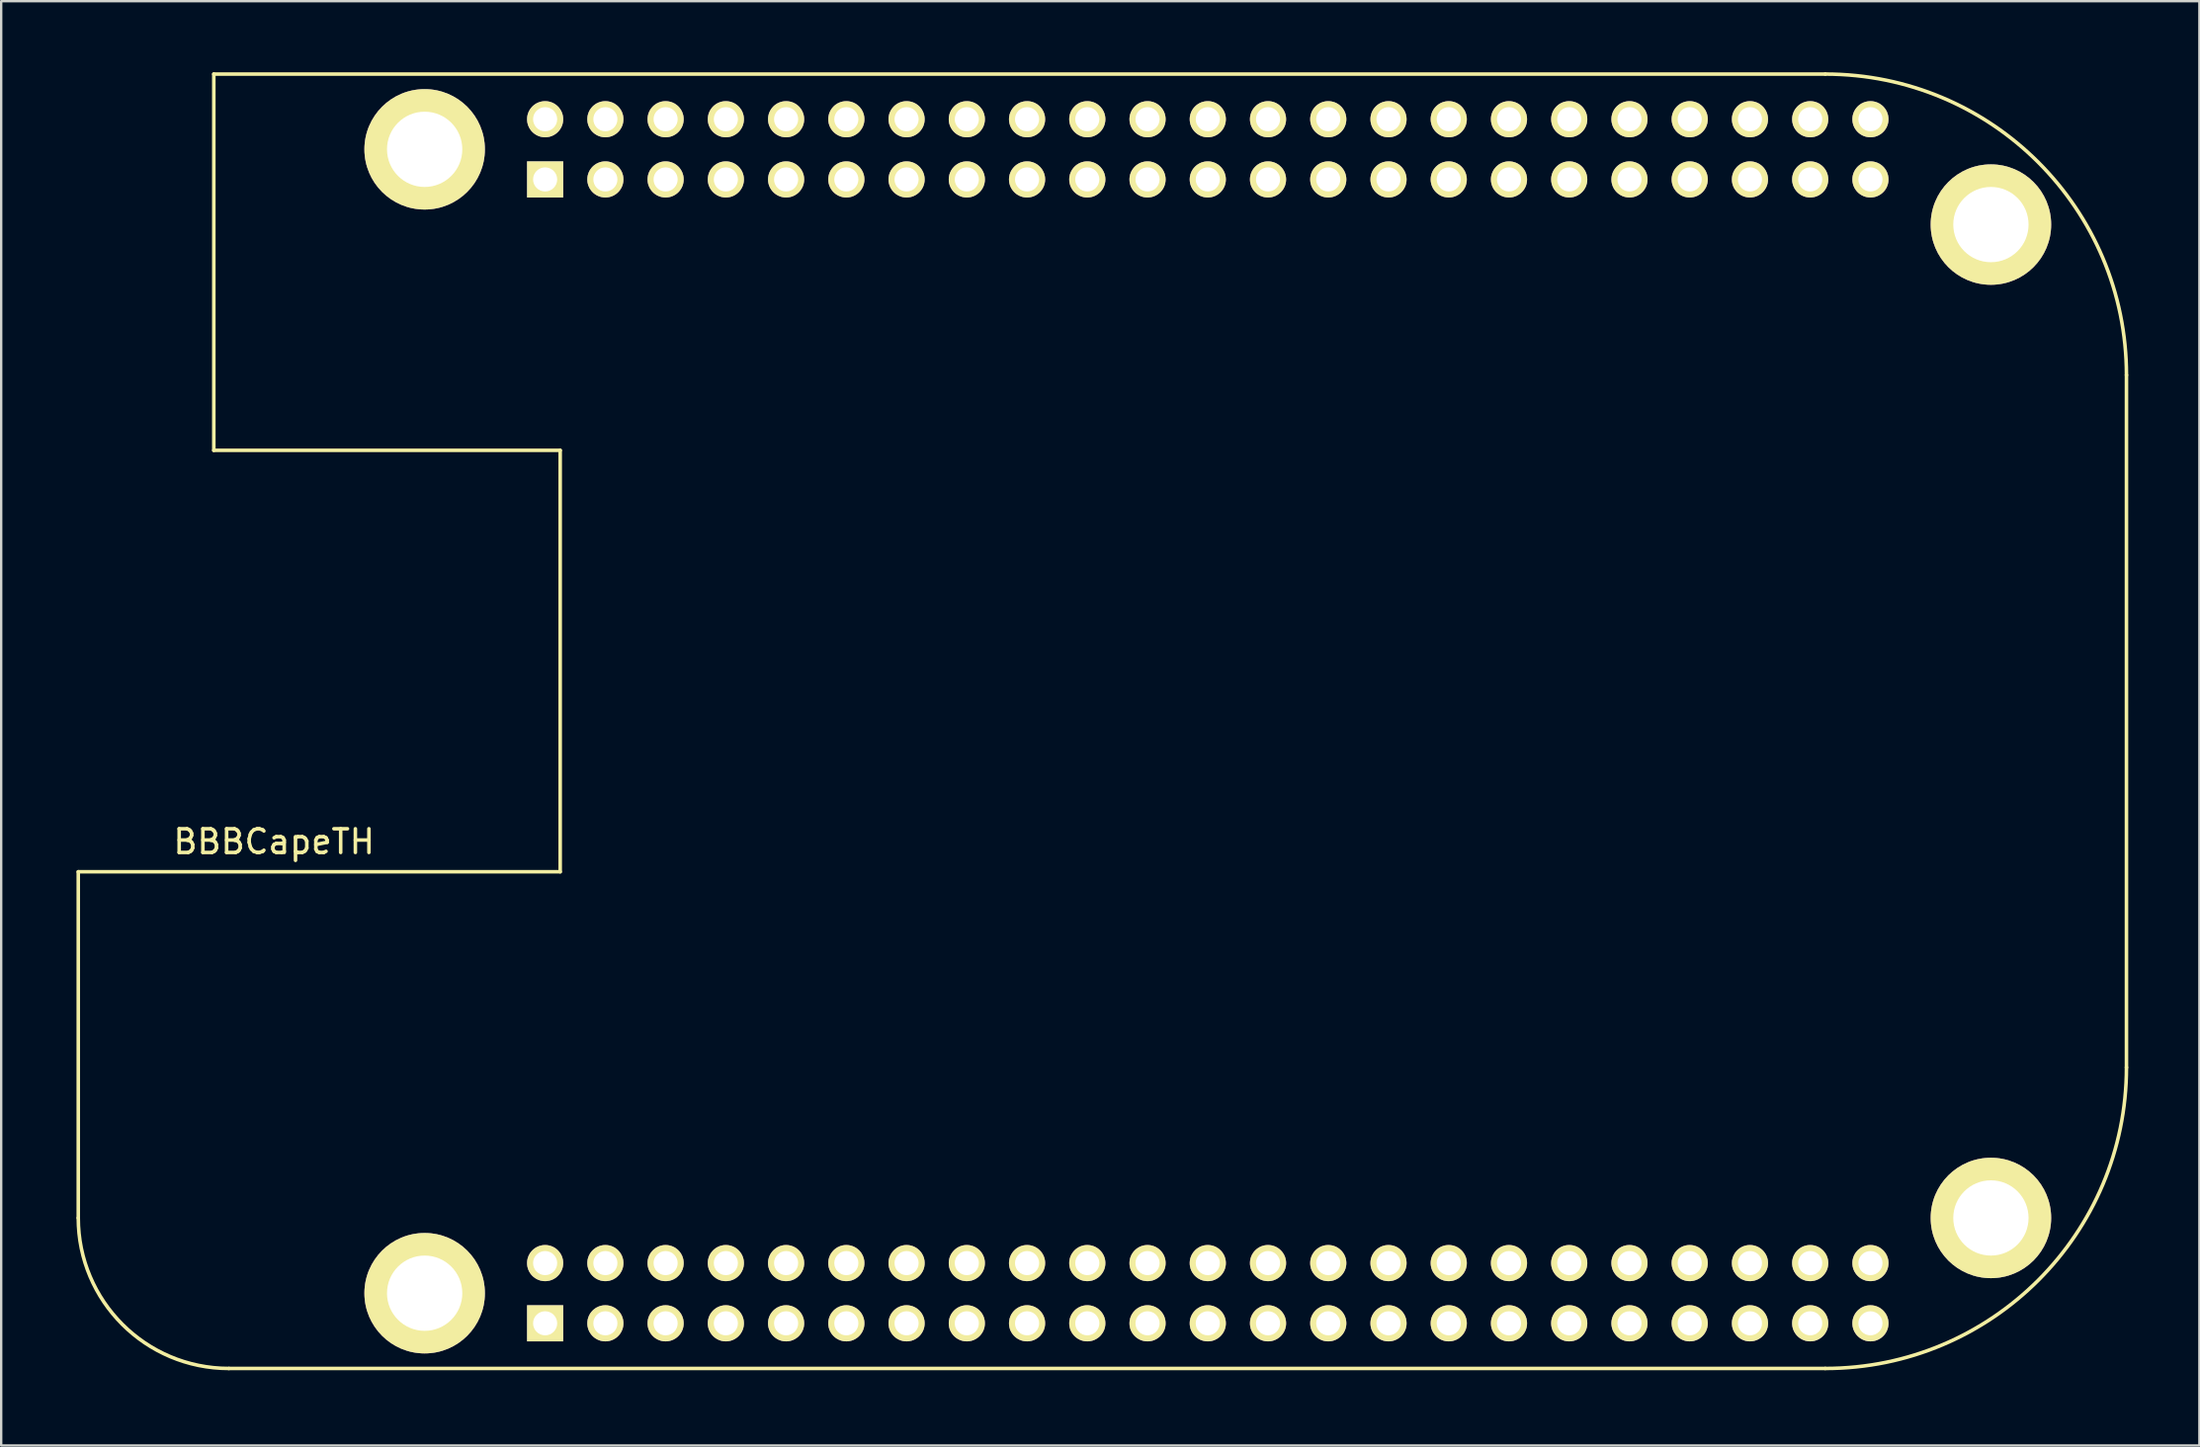
<source format=kicad_pcb>
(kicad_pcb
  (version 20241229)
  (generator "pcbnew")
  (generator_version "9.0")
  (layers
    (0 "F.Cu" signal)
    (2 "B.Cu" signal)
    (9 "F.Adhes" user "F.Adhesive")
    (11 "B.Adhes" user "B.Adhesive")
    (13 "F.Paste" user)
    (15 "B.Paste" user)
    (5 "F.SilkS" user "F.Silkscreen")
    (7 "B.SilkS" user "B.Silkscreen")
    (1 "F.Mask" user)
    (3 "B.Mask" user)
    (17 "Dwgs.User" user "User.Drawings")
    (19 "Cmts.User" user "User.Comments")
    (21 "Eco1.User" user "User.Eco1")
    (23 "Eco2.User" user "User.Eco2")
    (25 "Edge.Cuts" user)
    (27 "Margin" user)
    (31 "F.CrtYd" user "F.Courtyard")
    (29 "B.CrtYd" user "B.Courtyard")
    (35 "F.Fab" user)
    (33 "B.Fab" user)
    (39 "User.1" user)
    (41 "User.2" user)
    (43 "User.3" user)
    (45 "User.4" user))
  (footprint "BBBCapeTH"
    (layer "F.Cu")
    (at 0.25 54.685)
    (property "Reference" "BBBCapeTH" (at 8.255 -22.225 0) (layer "F.SilkS") (effects (font (size 1 1) (thickness 0.15))))
    (attr through_hole)
    (fp_line (start 0 -20.955) (end 20.32 -20.955) (stroke (width 0.15) (type solid)) (layer "F.SilkS"))
    (fp_line (start 0 -6.35) (end 0 -20.955) (stroke (width 0.15) (type solid)) (layer "F.SilkS"))
    (fp_line (start 5.715 -54.61) (end 73.66 -54.61) (stroke (width 0.15) (type solid)) (layer "F.SilkS"))
    (fp_line (start 5.715 -38.735) (end 5.715 -54.61) (stroke (width 0.15) (type solid)) (layer "F.SilkS"))
    (fp_line (start 6.35 0) (end 73.66 0) (stroke (width 0.15) (type solid)) (layer "F.SilkS"))
    (fp_line (start 20.32 -38.735) (end 5.715 -38.735) (stroke (width 0.15) (type solid)) (layer "F.SilkS"))
    (fp_line (start 20.32 -20.955) (end 20.32 -38.735) (stroke (width 0.15) (type solid)) (layer "F.SilkS"))
    (fp_line (start 86.36 -41.91) (end 86.36 -12.7) (stroke (width 0.15) (type solid)) (layer "F.SilkS"))
    (fp_arc (start 6.35 0) (mid 1.859872 -1.859872) (end 0 -6.35) (stroke (width 0.15) (type solid)) (layer "F.SilkS"))
    (fp_arc (start 73.66 -54.61) (mid 82.640256 -50.890256) (end 86.36 -41.91) (stroke (width 0.15) (type solid)) (layer "F.SilkS"))
    (fp_arc (start 86.36 -12.7) (mid 82.640256 -3.719744) (end 73.66 0) (stroke (width 0.15) (type solid)) (layer "F.SilkS"))
    (pad "" thru_hole circle (at 14.605 -51.435) (size 5.08 5.08) (drill 3.175) (layers "*.Cu" "*.Mask" "F.SilkS"))
    (pad "" thru_hole circle (at 14.605 -3.175) (size 5.08 5.08) (drill 3.175) (layers "*.Cu" "*.Mask" "F.SilkS"))
    (pad "" thru_hole circle (at 80.645 -48.26) (size 5.08 5.08) (drill 3.175) (layers "*.Cu" "*.Mask" "F.SilkS"))
    (pad "" thru_hole circle (at 80.645 -6.35) (size 5.08 5.08) (drill 3.175) (layers "*.Cu" "*.Mask" "F.SilkS"))
    (pad "A1" thru_hole rect (at 19.685 -50.165) (size 1.524 1.524) (drill 1.016) (layers "*.Cu" "*.Mask" "F.SilkS"))
    (pad "A2" thru_hole circle (at 19.685 -52.705) (size 1.524 1.524) (drill 1.016) (layers "*.Cu" "*.Mask" "F.SilkS"))
    (pad "A3" thru_hole circle (at 22.225 -50.165) (size 1.524 1.524) (drill 1.016) (layers "*.Cu" "*.Mask" "F.SilkS"))
    (pad "A4" thru_hole circle (at 22.225 -52.705) (size 1.524 1.524) (drill 1.016) (layers "*.Cu" "*.Mask" "F.SilkS"))
    (pad "A5" thru_hole circle (at 24.765 -50.165) (size 1.524 1.524) (drill 1.016) (layers "*.Cu" "*.Mask" "F.SilkS"))
    (pad "A6" thru_hole circle (at 24.765 -52.705) (size 1.524 1.524) (drill 1.016) (layers "*.Cu" "*.Mask" "F.SilkS"))
    (pad "A7" thru_hole circle (at 27.305 -50.165) (size 1.524 1.524) (drill 1.016) (layers "*.Cu" "*.Mask" "F.SilkS"))
    (pad "A8" thru_hole circle (at 27.305 -52.705) (size 1.524 1.524) (drill 1.016) (layers "*.Cu" "*.Mask" "F.SilkS"))
    (pad "A9" thru_hole circle (at 29.845 -50.165) (size 1.524 1.524) (drill 1.016) (layers "*.Cu" "*.Mask" "F.SilkS"))
    (pad "A10" thru_hole circle (at 29.845 -52.705) (size 1.524 1.524) (drill 1.016) (layers "*.Cu" "*.Mask" "F.SilkS"))
    (pad "A11" thru_hole circle (at 32.385 -50.165) (size 1.524 1.524) (drill 1.016) (layers "*.Cu" "*.Mask" "F.SilkS"))
    (pad "A12" thru_hole circle (at 32.385 -52.705) (size 1.524 1.524) (drill 1.016) (layers "*.Cu" "*.Mask" "F.SilkS"))
    (pad "A13" thru_hole circle (at 34.925 -50.165) (size 1.524 1.524) (drill 1.016) (layers "*.Cu" "*.Mask" "F.SilkS"))
    (pad "A14" thru_hole circle (at 34.925 -52.705) (size 1.524 1.524) (drill 1.016) (layers "*.Cu" "*.Mask" "F.SilkS"))
    (pad "A15" thru_hole circle (at 37.465 -50.165) (size 1.524 1.524) (drill 1.016) (layers "*.Cu" "*.Mask" "F.SilkS"))
    (pad "A16" thru_hole circle (at 37.465 -52.705) (size 1.524 1.524) (drill 1.016) (layers "*.Cu" "*.Mask" "F.SilkS"))
    (pad "A17" thru_hole circle (at 40.005 -50.165) (size 1.524 1.524) (drill 1.016) (layers "*.Cu" "*.Mask" "F.SilkS"))
    (pad "A18" thru_hole circle (at 40.005 -52.705) (size 1.524 1.524) (drill 1.016) (layers "*.Cu" "*.Mask" "F.SilkS"))
    (pad "A19" thru_hole circle (at 42.545 -50.165) (size 1.524 1.524) (drill 1.016) (layers "*.Cu" "*.Mask" "F.SilkS"))
    (pad "A20" thru_hole circle (at 42.545 -52.705) (size 1.524 1.524) (drill 1.016) (layers "*.Cu" "*.Mask" "F.SilkS"))
    (pad "A21" thru_hole circle (at 45.085 -50.165) (size 1.524 1.524) (drill 1.016) (layers "*.Cu" "*.Mask" "F.SilkS"))
    (pad "A22" thru_hole circle (at 45.085 -52.705) (size 1.524 1.524) (drill 1.016) (layers "*.Cu" "*.Mask" "F.SilkS"))
    (pad "A23" thru_hole circle (at 47.625 -50.165) (size 1.524 1.524) (drill 1.016) (layers "*.Cu" "*.Mask" "F.SilkS"))
    (pad "A24" thru_hole circle (at 47.625 -52.705) (size 1.524 1.524) (drill 1.016) (layers "*.Cu" "*.Mask" "F.SilkS"))
    (pad "A25" thru_hole circle (at 50.165 -50.165) (size 1.524 1.524) (drill 1.016) (layers "*.Cu" "*.Mask" "F.SilkS"))
    (pad "A26" thru_hole circle (at 50.165 -52.705) (size 1.524 1.524) (drill 1.016) (layers "*.Cu" "*.Mask" "F.SilkS"))
    (pad "A27" thru_hole circle (at 52.705 -50.165) (size 1.524 1.524) (drill 1.016) (layers "*.Cu" "*.Mask" "F.SilkS"))
    (pad "A28" thru_hole circle (at 52.705 -52.705) (size 1.524 1.524) (drill 1.016) (layers "*.Cu" "*.Mask" "F.SilkS"))
    (pad "A29" thru_hole circle (at 55.245 -50.165) (size 1.524 1.524) (drill 1.016) (layers "*.Cu" "*.Mask" "F.SilkS"))
    (pad "A30" thru_hole circle (at 55.245 -52.705) (size 1.524 1.524) (drill 1.016) (layers "*.Cu" "*.Mask" "F.SilkS"))
    (pad "A31" thru_hole circle (at 57.785 -50.165) (size 1.524 1.524) (drill 1.016) (layers "*.Cu" "*.Mask" "F.SilkS"))
    (pad "A32" thru_hole circle (at 57.785 -52.705) (size 1.524 1.524) (drill 1.016) (layers "*.Cu" "*.Mask" "F.SilkS"))
    (pad "A33" thru_hole circle (at 60.325 -50.165) (size 1.524 1.524) (drill 1.016) (layers "*.Cu" "*.Mask" "F.SilkS"))
    (pad "A34" thru_hole circle (at 60.325 -52.705) (size 1.524 1.524) (drill 1.016) (layers "*.Cu" "*.Mask" "F.SilkS"))
    (pad "A35" thru_hole circle (at 62.865 -50.165) (size 1.524 1.524) (drill 1.016) (layers "*.Cu" "*.Mask" "F.SilkS"))
    (pad "A36" thru_hole circle (at 62.865 -52.705) (size 1.524 1.524) (drill 1.016) (layers "*.Cu" "*.Mask" "F.SilkS"))
    (pad "A37" thru_hole circle (at 65.405 -50.165) (size 1.524 1.524) (drill 1.016) (layers "*.Cu" "*.Mask" "F.SilkS"))
    (pad "A38" thru_hole circle (at 65.405 -52.705) (size 1.524 1.524) (drill 1.016) (layers "*.Cu" "*.Mask" "F.SilkS"))
    (pad "A39" thru_hole circle (at 67.945 -50.165) (size 1.524 1.524) (drill 1.016) (layers "*.Cu" "*.Mask" "F.SilkS"))
    (pad "A40" thru_hole circle (at 67.945 -52.705) (size 1.524 1.524) (drill 1.016) (layers "*.Cu" "*.Mask" "F.SilkS"))
    (pad "A41" thru_hole circle (at 70.485 -50.165) (size 1.524 1.524) (drill 1.016) (layers "*.Cu" "*.Mask" "F.SilkS"))
    (pad "A42" thru_hole circle (at 70.485 -52.705) (size 1.524 1.524) (drill 1.016) (layers "*.Cu" "*.Mask" "F.SilkS"))
    (pad "A43" thru_hole circle (at 73.025 -50.165) (size 1.524 1.524) (drill 1.016) (layers "*.Cu" "*.Mask" "F.SilkS"))
    (pad "A44" thru_hole circle (at 73.025 -52.705) (size 1.524 1.524) (drill 1.016) (layers "*.Cu" "*.Mask" "F.SilkS"))
    (pad "A45" thru_hole circle (at 75.565 -50.165) (size 1.524 1.524) (drill 1.016) (layers "*.Cu" "*.Mask" "F.SilkS"))
    (pad "A46" thru_hole circle (at 75.565 -52.705) (size 1.524 1.524) (drill 1.016) (layers "*.Cu" "*.Mask" "F.SilkS"))
    (pad "B1" thru_hole rect (at 19.685 -1.905) (size 1.524 1.524) (drill 1.016) (layers "*.Cu" "*.Mask" "F.SilkS"))
    (pad "B2" thru_hole circle (at 19.685 -4.445) (size 1.524 1.524) (drill 1.016) (layers "*.Cu" "*.Mask" "F.SilkS"))
    (pad "B3" thru_hole circle (at 22.225 -1.905) (size 1.524 1.524) (drill 1.016) (layers "*.Cu" "*.Mask" "F.SilkS"))
    (pad "B4" thru_hole circle (at 22.225 -4.445) (size 1.524 1.524) (drill 1.016) (layers "*.Cu" "*.Mask" "F.SilkS"))
    (pad "B5" thru_hole circle (at 24.765 -1.905) (size 1.524 1.524) (drill 1.016) (layers "*.Cu" "*.Mask" "F.SilkS"))
    (pad "B6" thru_hole circle (at 24.765 -4.445) (size 1.524 1.524) (drill 1.016) (layers "*.Cu" "*.Mask" "F.SilkS"))
    (pad "B7" thru_hole circle (at 27.305 -1.905) (size 1.524 1.524) (drill 1.016) (layers "*.Cu" "*.Mask" "F.SilkS"))
    (pad "B8" thru_hole circle (at 27.305 -4.445) (size 1.524 1.524) (drill 1.016) (layers "*.Cu" "*.Mask" "F.SilkS"))
    (pad "B9" thru_hole circle (at 29.845 -1.905) (size 1.524 1.524) (drill 1.016) (layers "*.Cu" "*.Mask" "F.SilkS"))
    (pad "B10" thru_hole circle (at 29.845 -4.445) (size 1.524 1.524) (drill 1.016) (layers "*.Cu" "*.Mask" "F.SilkS"))
    (pad "B11" thru_hole circle (at 32.385 -1.905) (size 1.524 1.524) (drill 1.016) (layers "*.Cu" "*.Mask" "F.SilkS"))
    (pad "B12" thru_hole circle (at 32.385 -4.445) (size 1.524 1.524) (drill 1.016) (layers "*.Cu" "*.Mask" "F.SilkS"))
    (pad "B13" thru_hole circle (at 34.925 -1.905) (size 1.524 1.524) (drill 1.016) (layers "*.Cu" "*.Mask" "F.SilkS"))
    (pad "B14" thru_hole circle (at 34.925 -4.445) (size 1.524 1.524) (drill 1.016) (layers "*.Cu" "*.Mask" "F.SilkS"))
    (pad "B15" thru_hole circle (at 37.465 -1.905) (size 1.524 1.524) (drill 1.016) (layers "*.Cu" "*.Mask" "F.SilkS"))
    (pad "B16" thru_hole circle (at 37.465 -4.445) (size 1.524 1.524) (drill 1.016) (layers "*.Cu" "*.Mask" "F.SilkS"))
    (pad "B17" thru_hole circle (at 40.005 -1.905) (size 1.524 1.524) (drill 1.016) (layers "*.Cu" "*.Mask" "F.SilkS"))
    (pad "B18" thru_hole circle (at 40.005 -4.445) (size 1.524 1.524) (drill 1.016) (layers "*.Cu" "*.Mask" "F.SilkS"))
    (pad "B19" thru_hole circle (at 42.545 -1.905) (size 1.524 1.524) (drill 1.016) (layers "*.Cu" "*.Mask" "F.SilkS"))
    (pad "B20" thru_hole circle (at 42.545 -4.445) (size 1.524 1.524) (drill 1.016) (layers "*.Cu" "*.Mask" "F.SilkS"))
    (pad "B21" thru_hole circle (at 45.085 -1.905) (size 1.524 1.524) (drill 1.016) (layers "*.Cu" "*.Mask" "F.SilkS"))
    (pad "B22" thru_hole circle (at 45.085 -4.445) (size 1.524 1.524) (drill 1.016) (layers "*.Cu" "*.Mask" "F.SilkS"))
    (pad "B23" thru_hole circle (at 47.625 -1.905) (size 1.524 1.524) (drill 1.016) (layers "*.Cu" "*.Mask" "F.SilkS"))
    (pad "B24" thru_hole circle (at 47.625 -4.445) (size 1.524 1.524) (drill 1.016) (layers "*.Cu" "*.Mask" "F.SilkS"))
    (pad "B25" thru_hole circle (at 50.165 -1.905) (size 1.524 1.524) (drill 1.016) (layers "*.Cu" "*.Mask" "F.SilkS"))
    (pad "B26" thru_hole circle (at 50.165 -4.445) (size 1.524 1.524) (drill 1.016) (layers "*.Cu" "*.Mask" "F.SilkS"))
    (pad "B27" thru_hole circle (at 52.705 -1.905) (size 1.524 1.524) (drill 1.016) (layers "*.Cu" "*.Mask" "F.SilkS"))
    (pad "B28" thru_hole circle (at 52.705 -4.445) (size 1.524 1.524) (drill 1.016) (layers "*.Cu" "*.Mask" "F.SilkS"))
    (pad "B29" thru_hole circle (at 55.245 -1.905) (size 1.524 1.524) (drill 1.016) (layers "*.Cu" "*.Mask" "F.SilkS"))
    (pad "B30" thru_hole circle (at 55.245 -4.445) (size 1.524 1.524) (drill 1.016) (layers "*.Cu" "*.Mask" "F.SilkS"))
    (pad "B31" thru_hole circle (at 57.785 -1.905) (size 1.524 1.524) (drill 1.016) (layers "*.Cu" "*.Mask" "F.SilkS"))
    (pad "B32" thru_hole circle (at 57.785 -4.445) (size 1.524 1.524) (drill 1.016) (layers "*.Cu" "*.Mask" "F.SilkS"))
    (pad "B33" thru_hole circle (at 60.325 -1.905) (size 1.524 1.524) (drill 1.016) (layers "*.Cu" "*.Mask" "F.SilkS"))
    (pad "B34" thru_hole circle (at 60.325 -4.445) (size 1.524 1.524) (drill 1.016) (layers "*.Cu" "*.Mask" "F.SilkS"))
    (pad "B35" thru_hole circle (at 62.865 -1.905) (size 1.524 1.524) (drill 1.016) (layers "*.Cu" "*.Mask" "F.SilkS"))
    (pad "B36" thru_hole circle (at 62.865 -4.445) (size 1.524 1.524) (drill 1.016) (layers "*.Cu" "*.Mask" "F.SilkS"))
    (pad "B37" thru_hole circle (at 65.405 -1.905) (size 1.524 1.524) (drill 1.016) (layers "*.Cu" "*.Mask" "F.SilkS"))
    (pad "B38" thru_hole circle (at 65.405 -4.445) (size 1.524 1.524) (drill 1.016) (layers "*.Cu" "*.Mask" "F.SilkS"))
    (pad "B39" thru_hole circle (at 67.945 -1.905) (size 1.524 1.524) (drill 1.016) (layers "*.Cu" "*.Mask" "F.SilkS"))
    (pad "B40" thru_hole circle (at 67.945 -4.445) (size 1.524 1.524) (drill 1.016) (layers "*.Cu" "*.Mask" "F.SilkS"))
    (pad "B41" thru_hole circle (at 70.485 -1.905) (size 1.524 1.524) (drill 1.016) (layers "*.Cu" "*.Mask" "F.SilkS"))
    (pad "B42" thru_hole circle (at 70.485 -4.445) (size 1.524 1.524) (drill 1.016) (layers "*.Cu" "*.Mask" "F.SilkS"))
    (pad "B43" thru_hole circle (at 73.025 -1.905) (size 1.524 1.524) (drill 1.016) (layers "*.Cu" "*.Mask" "F.SilkS"))
    (pad "B44" thru_hole circle (at 73.025 -4.445) (size 1.524 1.524) (drill 1.016) (layers "*.Cu" "*.Mask" "F.SilkS"))
    (pad "B45" thru_hole circle (at 75.565 -1.905) (size 1.524 1.524) (drill 1.016) (layers "*.Cu" "*.Mask" "F.SilkS"))
    (pad "B46" thru_hole circle (at 75.565 -4.445) (size 1.524 1.524) (drill 1.016) (layers "*.Cu" "*.Mask" "F.SilkS")))
  (gr_rect
    (start -3 -3)
    (end 89.685 57.935)
    (stroke (width 0.1) (type default))
    (fill no)
    (layer "Edge.Cuts")))
</source>
